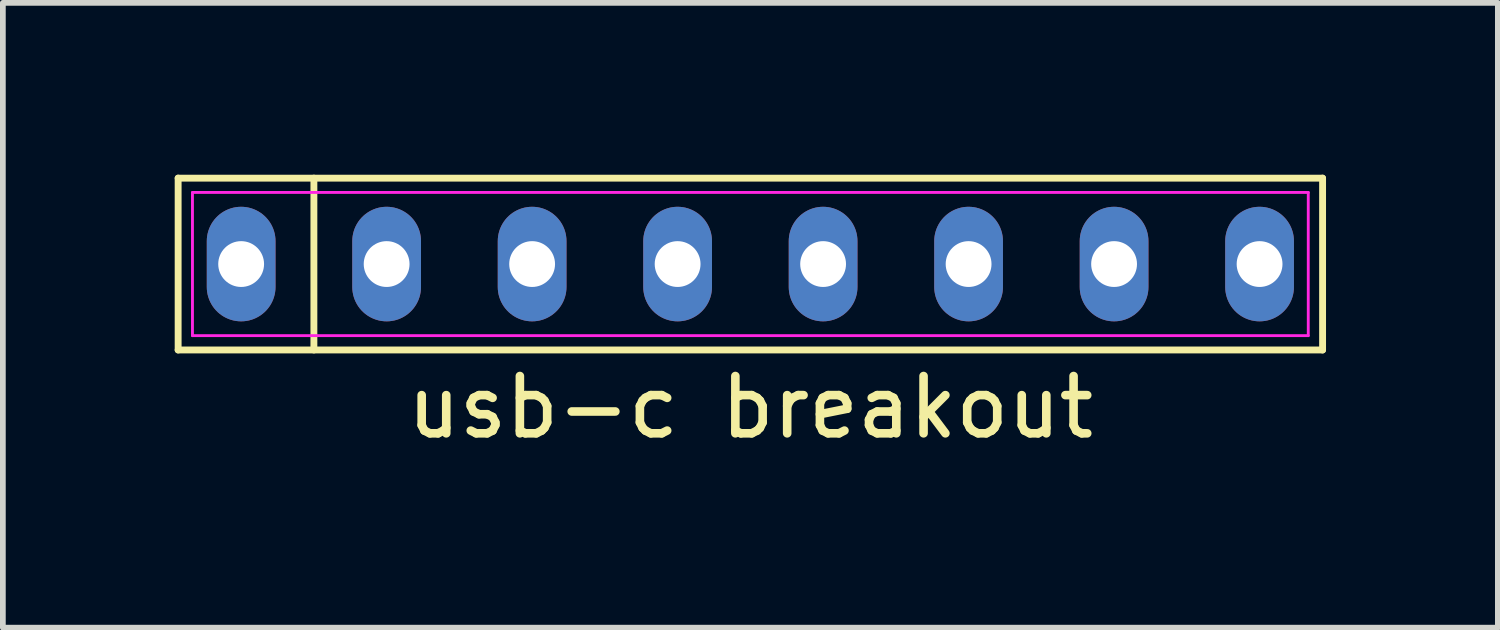
<source format=kicad_pcb>
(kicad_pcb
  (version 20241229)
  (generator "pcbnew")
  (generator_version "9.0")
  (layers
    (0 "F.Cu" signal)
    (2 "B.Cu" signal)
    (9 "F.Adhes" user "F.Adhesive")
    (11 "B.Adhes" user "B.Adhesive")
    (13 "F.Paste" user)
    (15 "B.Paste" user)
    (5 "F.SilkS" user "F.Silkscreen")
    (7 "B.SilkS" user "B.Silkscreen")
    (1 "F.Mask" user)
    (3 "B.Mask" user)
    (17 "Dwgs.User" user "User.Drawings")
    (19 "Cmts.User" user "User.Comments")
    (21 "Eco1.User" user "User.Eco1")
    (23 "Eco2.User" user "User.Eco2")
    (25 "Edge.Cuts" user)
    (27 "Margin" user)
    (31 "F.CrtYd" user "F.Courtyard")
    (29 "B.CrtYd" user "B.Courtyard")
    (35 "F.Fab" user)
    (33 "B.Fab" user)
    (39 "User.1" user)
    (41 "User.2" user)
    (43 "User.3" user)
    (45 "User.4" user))
  (footprint "usb-c breakout"
    (layer "F.Cu")
    (at 10.05 1.56)
    (property "Reference" "usb-c breakout" (at 0 2.5 0) (layer "F.SilkS") (effects (font (size 1 1) (thickness 0.15))))
    (attr through_hole)
    (fp_line (start -9.99 -1.5) (end 9.99 -1.5) (stroke (width 0.12) (type default)) (layer "F.SilkS"))
    (fp_line (start -9.99 1.5) (end -9.99 -1.5) (stroke (width 0.12) (type default)) (layer "F.SilkS"))
    (fp_line (start -7.62 -1.5) (end -7.62 1.5) (stroke (width 0.12) (type default)) (layer "F.SilkS"))
    (fp_line (start 9.99 -1.5) (end 9.99 1.5) (stroke (width 0.12) (type default)) (layer "F.SilkS"))
    (fp_line (start 9.99 1.5) (end -9.99 1.5) (stroke (width 0.12) (type default)) (layer "F.SilkS"))
    (fp_line (start -9.74 -1.25) (end 9.74 -1.25) (stroke (width 0.05) (type default)) (layer "F.CrtYd"))
    (fp_line (start -9.74 1.25) (end -9.74 -1.25) (stroke (width 0.05) (type default)) (layer "F.CrtYd"))
    (fp_line (start 9.74 -1.25) (end 9.74 1.25) (stroke (width 0.05) (type default)) (layer "F.CrtYd"))
    (fp_line (start 9.74 1.25) (end -9.74 1.25) (stroke (width 0.05) (type default)) (layer "F.CrtYd"))
    (pad "A1" thru_hole oval (at 8.89 0) (size 1.2 2) (drill 0.8) (layers "*.Cu" "*.Mask"))
    (pad "A4" thru_hole oval (at 6.35 0) (size 1.2 2) (drill 0.8) (layers "*.Cu" "*.Mask"))
    (pad "A5" thru_hole oval (at 1.27 0) (size 1.2 2) (drill 0.8) (layers "*.Cu" "*.Mask"))
    (pad "A6" thru_hole oval (at -3.81 0) (size 1.2 2) (drill 0.8) (layers "*.Cu" "*.Mask"))
    (pad "A7" thru_hole oval (at -1.27 0) (size 1.2 2) (drill 0.8) (layers "*.Cu" "*.Mask"))
    (pad "A8" thru_hole oval (at -6.35 0) (size 1.2 2) (drill 0.8) (layers "*.Cu" "*.Mask"))
    (pad "B5" thru_hole oval (at -8.89 0) (size 1.2 2) (drill 0.8) (layers "*.Cu" "*.Mask"))
    (pad "B8" thru_hole oval (at 3.81 0) (size 1.2 2) (drill 0.8) (layers "*.Cu" "*.Mask")))
  (gr_rect
    (start -3 -3)
    (end 23.1 7.908)
    (stroke (width 0.1) (type default))
    (fill no)
    (layer "Edge.Cuts")))
</source>
